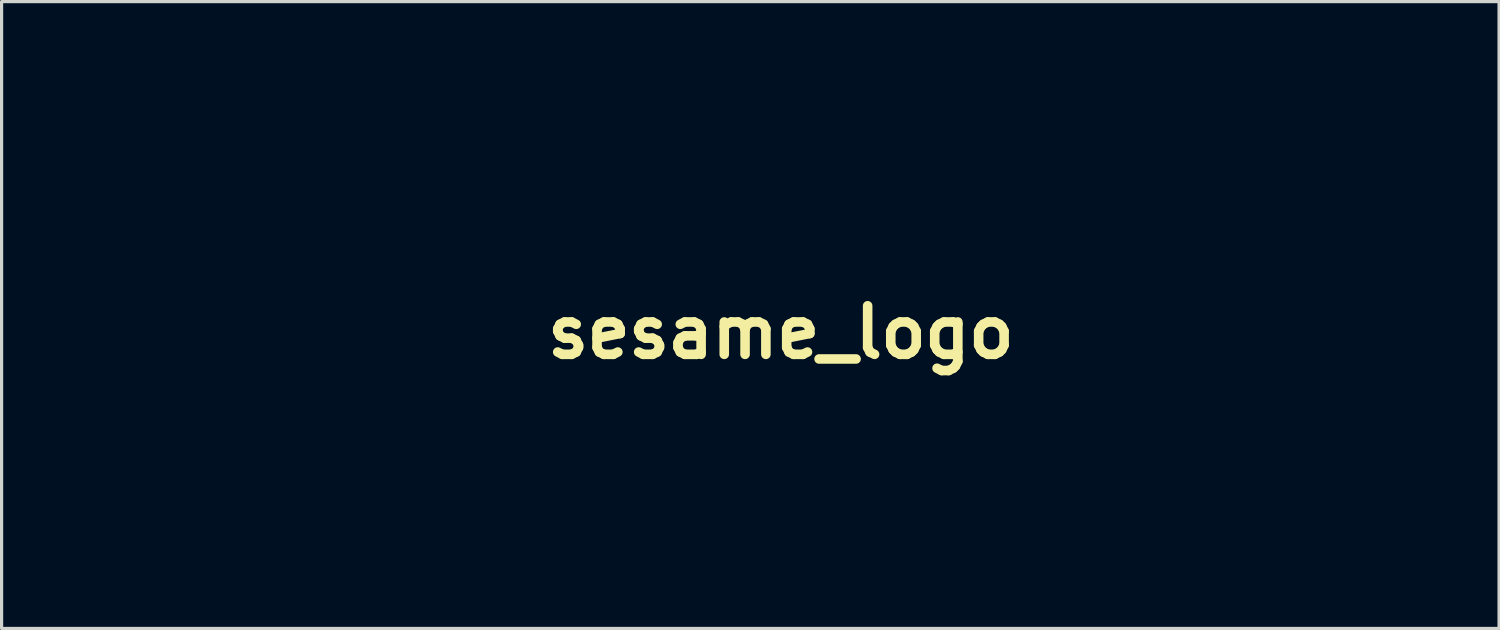
<source format=kicad_pcb>
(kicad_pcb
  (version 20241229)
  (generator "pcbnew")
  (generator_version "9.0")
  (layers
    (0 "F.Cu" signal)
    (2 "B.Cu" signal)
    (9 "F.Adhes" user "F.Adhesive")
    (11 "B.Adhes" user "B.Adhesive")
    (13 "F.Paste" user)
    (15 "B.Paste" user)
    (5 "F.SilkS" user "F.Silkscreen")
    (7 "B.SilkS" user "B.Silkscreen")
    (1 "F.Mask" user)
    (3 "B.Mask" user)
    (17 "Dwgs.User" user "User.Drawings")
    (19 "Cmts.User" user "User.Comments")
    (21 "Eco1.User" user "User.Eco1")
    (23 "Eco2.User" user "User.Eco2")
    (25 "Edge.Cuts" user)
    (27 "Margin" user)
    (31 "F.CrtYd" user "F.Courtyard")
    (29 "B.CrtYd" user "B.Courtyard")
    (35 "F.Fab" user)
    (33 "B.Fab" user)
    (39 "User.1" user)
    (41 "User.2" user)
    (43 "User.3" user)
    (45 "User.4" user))
  (footprint "sesame_logo"
    (layer "F.Cu")
    (at 21.453 7.379)
    (property "Reference" "sesame_logo" (at 0 0 0) (layer "F.SilkS") (effects (font (size 1.524 1.524) (thickness 0.3))))
    (attr through_hole)
    (fp_poly (pts (xy -11.31 -7.359) (xy -11.016 -7.313) (xy -10.747 -7.233) (xy -10.501 -7.121) (xy -10.276 -6.974) (xy -10.086 -6.808) (xy -9.894 -6.593) (xy -9.74 -6.367) (xy -9.624 -6.127) (xy -9.547 -5.894) (xy -9.49 -5.602) (xy -9.467 -5.302) (xy -9.478 -4.999) (xy -9.521 -4.698) (xy -9.593 -4.402) (xy -9.693 -4.115) (xy -9.819 -3.842) (xy -9.97 -3.586) (xy -10.144 -3.352) (xy -10.339 -3.144) (xy -10.553 -2.967) (xy -10.785 -2.823) (xy -10.848 -2.792) (xy -10.994 -2.73) (xy -11.138 -2.68) (xy -11.275 -2.644) (xy -11.397 -2.623) (xy -11.5 -2.617) (xy -11.576 -2.629) (xy -11.612 -2.649) (xy -11.634 -2.682) (xy -11.636 -2.722) (xy -11.616 -2.771) (xy -11.571 -2.834) (xy -11.498 -2.916) (xy -11.396 -3.021) (xy -11.38 -3.036) (xy -11.285 -3.131) (xy -11.21 -3.213) (xy -11.145 -3.291) (xy -11.083 -3.376) (xy -11.016 -3.479) (xy -10.95 -3.588) (xy -10.836 -3.781) (xy -10.745 -3.95) (xy -10.676 -4.103) (xy -10.625 -4.248) (xy -10.589 -4.394) (xy -10.565 -4.55) (xy -10.551 -4.724) (xy -10.547 -4.818) (xy -10.55 -5.13) (xy -10.582 -5.416) (xy -10.644 -5.684) (xy -10.739 -5.938) (xy -10.787 -6.041) (xy -10.868 -6.187) (xy -10.955 -6.313) (xy -11.059 -6.433) (xy -11.151 -6.524) (xy -11.307 -6.657) (xy -11.458 -6.754) (xy -11.613 -6.818) (xy -11.783 -6.855) (xy -11.977 -6.868) (xy -12.002 -6.868) (xy -12.156 -6.863) (xy -12.282 -6.848) (xy -12.394 -6.818) (xy -12.504 -6.77) (xy -12.627 -6.698) (xy -12.675 -6.668) (xy -12.914 -6.488) (xy -13.129 -6.274) (xy -13.319 -6.029) (xy -13.481 -5.753) (xy -13.615 -5.45) (xy -13.72 -5.12) (xy -13.76 -4.955) (xy -13.788 -4.785) (xy -13.807 -4.587) (xy -13.817 -4.375) (xy -13.818 -4.162) (xy -13.808 -3.961) (xy -13.792 -3.81) (xy -13.766 -3.653) (xy -13.737 -3.506) (xy -13.7 -3.36) (xy -13.653 -3.207) (xy -13.594 -3.038) (xy -13.521 -2.845) (xy -13.463 -2.699) (xy -13.317 -2.333) (xy -13.187 -2.001) (xy -13.073 -1.7) (xy -12.973 -1.425) (xy -12.885 -1.173) (xy -12.808 -0.939) (xy -12.741 -0.719) (xy -12.683 -0.51) (xy -12.632 -0.307) (xy -12.587 -0.107) (xy -12.576 -0.052) (xy -12.497 0.401) (xy -12.449 0.846) (xy -12.432 1.279) (xy -12.444 1.696) (xy -12.488 2.094) (xy -12.561 2.468) (xy -12.644 2.758) (xy -12.718 2.961) (xy -12.805 3.163) (xy -12.91 3.375) (xy -13.038 3.608) (xy -13.042 3.614) (xy -13.188 3.854) (xy -13.338 4.068) (xy -13.501 4.265) (xy -13.684 4.453) (xy -13.895 4.642) (xy -14.027 4.751) (xy -14.463 5.075) (xy -14.919 5.361) (xy -15.395 5.609) (xy -15.887 5.819) (xy -16.396 5.991) (xy -16.919 6.123) (xy -17.293 6.191) (xy -17.4 6.204) (xy -17.536 6.215) (xy -17.694 6.224) (xy -17.864 6.231) (xy -18.036 6.235) (xy -18.202 6.236) (xy -18.352 6.234) (xy -18.477 6.229) (xy -18.556 6.222) (xy -18.925 6.159) (xy -19.278 6.062) (xy -19.613 5.936) (xy -19.928 5.781) (xy -20.219 5.6) (xy -20.483 5.393) (xy -20.717 5.164) (xy -20.919 4.914) (xy -21.08 4.652) (xy -21.194 4.411) (xy -21.286 4.156) (xy -21.356 3.883) (xy -21.406 3.586) (xy -21.436 3.261) (xy -21.448 2.904) (xy -21.448 2.826) (xy -21.444 2.588) (xy -21.434 2.382) (xy -21.416 2.197) (xy -21.39 2.024) (xy -21.353 1.853) (xy -21.323 1.736) (xy -21.221 1.418) (xy -21.084 1.088) (xy -20.918 0.756) (xy -20.727 0.427) (xy -20.514 0.111) (xy -20.348 -0.106) (xy -20.19 -0.292) (xy -20.01 -0.486) (xy -19.817 -0.681) (xy -19.617 -0.868) (xy -19.418 -1.042) (xy -19.228 -1.195) (xy -19.054 -1.321) (xy -19.05 -1.324) (xy -18.775 -1.489) (xy -18.472 -1.641) (xy -18.153 -1.774) (xy -17.832 -1.882) (xy -17.562 -1.951) (xy -17.399 -1.978) (xy -17.213 -1.995) (xy -17.016 -2.002) (xy -16.821 -1.998) (xy -16.639 -1.985) (xy -16.482 -1.961) (xy -16.439 -1.952) (xy -16.208 -1.875) (xy -16.003 -1.767) (xy -15.824 -1.625) (xy -15.667 -1.449) (xy -15.531 -1.237) (xy -15.499 -1.175) (xy -15.407 -0.946) (xy -15.344 -0.692) (xy -15.312 -0.416) (xy -15.309 -0.121) (xy -15.336 0.187) (xy -15.393 0.506) (xy -15.479 0.831) (xy -15.526 0.974) (xy -15.597 1.164) (xy -15.667 1.323) (xy -15.742 1.459) (xy -15.828 1.583) (xy -15.931 1.704) (xy -16.022 1.799) (xy -16.149 1.921) (xy -16.261 2.019) (xy -16.356 2.093) (xy -16.43 2.138) (xy -16.481 2.155) (xy -16.488 2.154) (xy -16.507 2.14) (xy -16.517 2.103) (xy -16.52 2.033) (xy -16.52 2.01) (xy -16.518 1.947) (xy -16.51 1.891) (xy -16.493 1.831) (xy -16.463 1.756) (xy -16.418 1.657) (xy -16.408 1.637) (xy -16.342 1.487) (xy -16.298 1.362) (xy -16.275 1.256) (xy -16.258 1.158) (xy -16.233 1.046) (xy -16.208 0.953) (xy -16.178 0.812) (xy -16.162 0.646) (xy -16.158 0.467) (xy -16.166 0.289) (xy -16.188 0.127) (xy -16.21 0.032) (xy -16.284 -0.198) (xy -16.365 -0.395) (xy -16.458 -0.567) (xy -16.568 -0.722) (xy -16.699 -0.868) (xy -16.72 -0.889) (xy -16.904 -1.05) (xy -17.095 -1.17) (xy -17.299 -1.252) (xy -17.52 -1.299) (xy -17.742 -1.312) (xy -17.982 -1.298) (xy -18.205 -1.252) (xy -18.419 -1.173) (xy -18.634 -1.057) (xy -18.684 -1.026) (xy -18.885 -0.875) (xy -19.084 -0.687) (xy -19.278 -0.468) (xy -19.464 -0.222) (xy -19.64 0.046) (xy -19.801 0.33) (xy -19.944 0.625) (xy -20.067 0.926) (xy -20.166 1.227) (xy -20.236 1.516) (xy -20.262 1.68) (xy -20.281 1.873) (xy -20.293 2.081) (xy -20.297 2.291) (xy -20.292 2.489) (xy -20.28 2.662) (xy -20.279 2.668) (xy -20.218 3.059) (xy -20.128 3.432) (xy -20.01 3.785) (xy -19.866 4.112) (xy -19.696 4.411) (xy -19.503 4.68) (xy -19.387 4.812) (xy -19.168 5.026) (xy -18.941 5.203) (xy -18.699 5.348) (xy -18.436 5.465) (xy -18.145 5.556) (xy -17.997 5.592) (xy -17.841 5.617) (xy -17.656 5.633) (xy -17.456 5.64) (xy -17.253 5.637) (xy -17.059 5.624) (xy -16.889 5.602) (xy -16.88 5.601) (xy -16.538 5.525) (xy -16.225 5.425) (xy -15.94 5.3) (xy -15.677 5.146) (xy -15.433 4.961) (xy -15.203 4.741) (xy -14.983 4.485) (xy -14.77 4.189) (xy -14.766 4.182) (xy -14.571 3.873) (xy -14.409 3.579) (xy -14.279 3.296) (xy -14.178 3.015) (xy -14.105 2.73) (xy -14.056 2.435) (xy -14.031 2.123) (xy -14.025 1.873) (xy -14.035 1.565) (xy -14.063 1.265) (xy -14.113 0.968) (xy -14.184 0.667) (xy -14.279 0.358) (xy -14.4 0.033) (xy -14.547 -0.312) (xy -14.658 -0.55) (xy -14.779 -0.811) (xy -14.881 -1.047) (xy -14.968 -1.267) (xy -15.043 -1.483) (xy -15.11 -1.705) (xy -15.166 -1.916) (xy -15.226 -2.166) (xy -15.271 -2.392) (xy -15.303 -2.608) (xy -15.325 -2.828) (xy -15.338 -3.066) (xy -15.34 -3.146) (xy -15.338 -3.56) (xy -15.305 -3.949) (xy -15.24 -4.319) (xy -15.142 -4.677) (xy -15.009 -5.029) (xy -14.888 -5.291) (xy -14.707 -5.613) (xy -14.502 -5.904) (xy -14.268 -6.168) (xy -14.001 -6.412) (xy -13.949 -6.454) (xy -13.616 -6.703) (xy -13.288 -6.91) (xy -12.962 -7.078) (xy -12.637 -7.207) (xy -12.31 -7.299) (xy -11.978 -7.354) (xy -11.639 -7.374) (xy -11.631 -7.374) (xy -11.31 -7.359)) (stroke (width 0.01) (type solid)) (fill yes) (layer "F.Mask"))
    (fp_poly (pts (xy -6.966 -1.01) (xy -6.82 -0.999) (xy -6.699 -0.979) (xy -6.642 -0.963) (xy -6.51 -0.894) (xy -6.394 -0.787) (xy -6.295 -0.644) (xy -6.271 -0.598) (xy -6.234 -0.521) (xy -6.211 -0.461) (xy -6.198 -0.404) (xy -6.193 -0.336) (xy -6.192 -0.242) (xy -6.192 -0.223) (xy -6.208 -0.013) (xy -6.256 0.194) (xy -6.338 0.402) (xy -6.454 0.613) (xy -6.607 0.829) (xy -6.798 1.054) (xy -6.965 1.228) (xy -7.154 1.405) (xy -7.35 1.569) (xy -7.559 1.723) (xy -7.789 1.872) (xy -8.046 2.021) (xy -8.337 2.173) (xy -8.393 2.201) (xy -8.658 2.326) (xy -8.929 2.44) (xy -9.197 2.54) (xy -9.456 2.624) (xy -9.699 2.69) (xy -9.919 2.735) (xy -10.036 2.751) (xy -10.164 2.766) (xy -10.259 2.782) (xy -10.33 2.802) (xy -10.385 2.828) (xy -10.433 2.864) (xy -10.466 2.895) (xy -10.543 2.987) (xy -10.607 3.101) (xy -10.665 3.245) (xy -10.691 3.324) (xy -10.719 3.412) (xy -10.759 3.523) (xy -10.802 3.639) (xy -10.829 3.707) (xy -10.897 3.882) (xy -10.946 4.031) (xy -10.981 4.165) (xy -11.002 4.297) (xy -11.013 4.436) (xy -11.016 4.572) (xy -11.015 4.703) (xy -11.011 4.801) (xy -11.002 4.877) (xy -10.988 4.94) (xy -10.977 4.972) (xy -10.91 5.11) (xy -10.815 5.216) (xy -10.695 5.29) (xy -10.55 5.333) (xy -10.382 5.345) (xy -10.193 5.325) (xy -9.984 5.272) (xy -9.757 5.188) (xy -9.636 5.133) (xy -9.445 5.033) (xy -9.238 4.909) (xy -9.026 4.769) (xy -8.822 4.621) (xy -8.742 4.559) (xy -8.591 4.431) (xy -8.419 4.272) (xy -8.228 4.086) (xy -8.022 3.875) (xy -7.805 3.643) (xy -7.578 3.394) (xy -7.346 3.131) (xy -7.111 2.857) (xy -6.878 2.575) (xy -6.849 2.54) (xy -6.694 2.351) (xy -6.563 2.194) (xy -6.455 2.066) (xy -6.368 1.966) (xy -6.3 1.893) (xy -6.25 1.843) (xy -6.216 1.816) (xy -6.204 1.81) (xy -6.177 1.789) (xy -6.126 1.733) (xy -6.051 1.643) (xy -5.952 1.521) (xy -5.831 1.366) (xy -5.687 1.178) (xy -5.52 0.959) (xy -5.331 0.709) (xy -5.26 0.614) (xy -5.08 0.376) (xy -4.91 0.155) (xy -4.753 -0.047) (xy -4.609 -0.227) (xy -4.482 -0.381) (xy -4.374 -0.508) (xy -4.288 -0.603) (xy -4.266 -0.626) (xy -4.128 -0.743) (xy -3.974 -0.83) (xy -3.794 -0.891) (xy -3.759 -0.9) (xy -3.7 -0.911) (xy -3.63 -0.919) (xy -3.541 -0.924) (xy -3.427 -0.927) (xy -3.284 -0.928) (xy -3.117 -0.926) (xy -2.959 -0.925) (xy -2.837 -0.923) (xy -2.748 -0.92) (xy -2.686 -0.916) (xy -2.647 -0.911) (xy -2.624 -0.903) (xy -2.613 -0.893) (xy -2.608 -0.88) (xy -2.608 -0.877) (xy -2.614 -0.811) (xy -2.646 -0.717) (xy -2.702 -0.6) (xy -2.779 -0.464) (xy -2.837 -0.373) (xy -2.89 -0.288) (xy -2.936 -0.205) (xy -2.978 -0.119) (xy -3.017 -0.024) (xy -3.053 0.083) (xy -3.09 0.208) (xy -3.127 0.356) (xy -3.168 0.531) (xy -3.213 0.739) (xy -3.259 0.963) (xy -3.31 1.206) (xy -3.363 1.457) (xy -3.419 1.712) (xy -3.474 1.963) (xy -3.529 2.205) (xy -3.581 2.43) (xy -3.629 2.632) (xy -3.671 2.805) (xy -3.704 2.934) (xy -3.791 3.23) (xy -3.892 3.528) (xy -4.005 3.818) (xy -4.125 4.089) (xy -4.249 4.332) (xy -4.302 4.426) (xy -4.51 4.749) (xy -4.731 5.035) (xy -4.969 5.285) (xy -5.227 5.503) (xy -5.508 5.693) (xy -5.8 5.851) (xy -6.068 5.969) (xy -6.318 6.056) (xy -6.562 6.116) (xy -6.807 6.15) (xy -7.059 6.161) (xy -7.31 6.151) (xy -7.53 6.119) (xy -7.725 6.064) (xy -7.901 5.984) (xy -7.998 5.925) (xy -8.143 5.807) (xy -8.255 5.671) (xy -8.332 5.522) (xy -8.374 5.365) (xy -8.38 5.205) (xy -8.349 5.048) (xy -8.28 4.897) (xy -8.188 4.773) (xy -8.087 4.683) (xy -7.962 4.601) (xy -7.829 4.538) (xy -7.704 4.5) (xy -7.7 4.499) (xy -7.599 4.497) (xy -7.504 4.521) (xy -7.427 4.567) (xy -7.407 4.588) (xy -7.384 4.621) (xy -7.372 4.654) (xy -7.369 4.701) (xy -7.374 4.772) (xy -7.378 4.815) (xy -7.392 4.973) (xy -7.398 5.097) (xy -7.395 5.197) (xy -7.381 5.28) (xy -7.358 5.357) (xy -7.328 5.425) (xy -7.27 5.524) (xy -7.21 5.587) (xy -7.141 5.621) (xy -7.055 5.63) (xy -6.954 5.614) (xy -6.842 5.566) (xy -6.716 5.486) (xy -6.576 5.371) (xy -6.418 5.22) (xy -6.357 5.158) (xy -6.265 5.06) (xy -6.191 4.977) (xy -6.13 4.9) (xy -6.075 4.82) (xy -6.02 4.728) (xy -5.96 4.616) (xy -5.888 4.475) (xy -5.886 4.469) (xy -5.649 3.961) (xy -5.439 3.434) (xy -5.253 2.881) (xy -5.187 2.66) (xy -5.141 2.499) (xy -5.093 2.322) (xy -5.043 2.135) (xy -4.993 1.941) (xy -4.942 1.744) (xy -4.894 1.55) (xy -4.848 1.362) (xy -4.805 1.186) (xy -4.768 1.024) (xy -4.736 0.882) (xy -4.71 0.764) (xy -4.693 0.675) (xy -4.685 0.618) (xy -4.685 0.599) (xy -4.703 0.611) (xy -4.746 0.654) (xy -4.813 0.728) (xy -4.902 0.832) (xy -5.013 0.964) (xy -5.144 1.122) (xy -5.294 1.307) (xy -5.463 1.515) (xy -5.504 1.566) (xy -5.831 1.97) (xy -6.156 2.367) (xy -6.473 2.753) (xy -6.781 3.122) (xy -7.074 3.471) (xy -7.349 3.794) (xy -7.554 4.032) (xy -7.625 4.111) (xy -7.719 4.213) (xy -7.833 4.333) (xy -7.959 4.465) (xy -8.094 4.602) (xy -8.229 4.74) (xy -8.296 4.807) (xy -8.542 5.051) (xy -8.764 5.265) (xy -8.963 5.45) (xy -9.14 5.607) (xy -9.298 5.739) (xy -9.44 5.846) (xy -9.567 5.93) (xy -9.682 5.994) (xy -9.786 6.038) (xy -9.882 6.065) (xy -9.972 6.075) (xy -9.987 6.075) (xy -10.062 6.067) (xy -10.115 6.045) (xy -10.119 6.042) (xy -10.142 6.025) (xy -10.17 6.02) (xy -10.215 6.027) (xy -10.286 6.047) (xy -10.301 6.051) (xy -10.499 6.102) (xy -10.708 6.141) (xy -10.917 6.166) (xy -11.115 6.176) (xy -11.291 6.171) (xy -11.378 6.161) (xy -11.627 6.102) (xy -11.851 6.01) (xy -12.048 5.885) (xy -12.217 5.729) (xy -12.357 5.542) (xy -12.468 5.326) (xy -12.535 5.128) (xy -12.562 4.993) (xy -12.578 4.827) (xy -12.584 4.641) (xy -12.58 4.448) (xy -12.565 4.257) (xy -12.54 4.079) (xy -12.534 4.045) (xy -12.477 3.797) (xy -12.403 3.55) (xy -12.309 3.295) (xy -12.193 3.024) (xy -12.064 2.755) (xy -11.874 2.395) (xy -10.229 2.395) (xy -10.126 2.38) (xy -10.052 2.367) (xy -9.957 2.347) (xy -9.865 2.325) (xy -9.726 2.283) (xy -9.581 2.222) (xy -9.427 2.141) (xy -9.26 2.038) (xy -9.076 1.91) (xy -8.872 1.756) (xy -8.645 1.572) (xy -8.562 1.503) (xy -8.339 1.31) (xy -8.149 1.131) (xy -7.986 0.961) (xy -7.846 0.792) (xy -7.723 0.62) (xy -7.614 0.439) (xy -7.521 0.262) (xy -7.44 0.086) (xy -7.385 -0.063) (xy -7.354 -0.189) (xy -7.346 -0.297) (xy -7.36 -0.393) (xy -7.368 -0.421) (xy -7.411 -0.489) (xy -7.477 -0.524) (xy -7.568 -0.524) (xy -7.683 -0.491) (xy -7.822 -0.423) (xy -7.983 -0.322) (xy -8.022 -0.295) (xy -8.157 -0.19) (xy -8.311 -0.055) (xy -8.478 0.104) (xy -8.655 0.284) (xy -8.835 0.478) (xy -9.015 0.682) (xy -9.189 0.89) (xy -9.353 1.097) (xy -9.497 1.291) (xy -9.548 1.364) (xy -9.615 1.462) (xy -9.694 1.578) (xy -9.779 1.705) (xy -9.867 1.836) (xy -9.953 1.966) (xy -10.033 2.086) (xy -10.101 2.19) (xy -10.153 2.271) (xy -10.18 2.314) (xy -10.229 2.395) (xy -11.874 2.395) (xy -11.833 2.318) (xy -11.593 1.918) (xy -11.342 1.552) (xy -11.075 1.213) (xy -10.788 0.897) (xy -10.48 0.601) (xy -10.458 0.581) (xy -10.271 0.418) (xy -10.094 0.272) (xy -9.916 0.136) (xy -9.729 0.003) (xy -9.525 -0.132) (xy -9.294 -0.277) (xy -9.22 -0.322) (xy -8.865 -0.521) (xy -8.513 -0.684) (xy -8.155 -0.815) (xy -7.78 -0.917) (xy -7.432 -0.985) (xy -7.283 -1.003) (xy -7.123 -1.012) (xy -6.966 -1.01)) (stroke (width 0.01) (type solid)) (fill yes) (layer "F.Mask"))
    (fp_poly (pts (xy 12.89 -1.092) (xy 13.086 -1.045) (xy 13.261 -0.968) (xy 13.411 -0.861) (xy 13.473 -0.799) (xy 13.592 -0.636) (xy 13.675 -0.449) (xy 13.723 -0.239) (xy 13.736 -0.006) (xy 13.714 0.251) (xy 13.705 0.309) (xy 13.693 0.371) (xy 13.678 0.431) (xy 13.657 0.495) (xy 13.629 0.568) (xy 13.59 0.657) (xy 13.538 0.768) (xy 13.471 0.907) (xy 13.423 1.005) (xy 13.346 1.16) (xy 13.277 1.299) (xy 13.211 1.427) (xy 13.148 1.549) (xy 13.083 1.668) (xy 13.015 1.79) (xy 12.941 1.917) (xy 12.859 2.055) (xy 12.767 2.208) (xy 12.661 2.38) (xy 12.539 2.576) (xy 12.399 2.799) (xy 12.263 3.016) (xy 12.073 3.322) (xy 11.9 3.612) (xy 11.733 3.903) (xy 11.563 4.209) (xy 11.46 4.4) (xy 11.253 4.79) (xy 11.251 4.947) (xy 11.252 5.029) (xy 11.257 5.081) (xy 11.271 5.116) (xy 11.297 5.145) (xy 11.312 5.158) (xy 11.349 5.186) (xy 11.384 5.201) (xy 11.433 5.206) (xy 11.508 5.203) (xy 11.529 5.202) (xy 11.631 5.191) (xy 11.72 5.167) (xy 11.817 5.126) (xy 11.838 5.116) (xy 11.938 5.057) (xy 12.061 4.968) (xy 12.205 4.854) (xy 12.364 4.716) (xy 12.535 4.559) (xy 12.715 4.385) (xy 12.811 4.289) (xy 12.917 4.18) (xy 12.996 4.096) (xy 13.053 4.03) (xy 13.09 3.98) (xy 13.113 3.939) (xy 13.124 3.907) (xy 13.207 3.622) (xy 13.318 3.316) (xy 13.453 2.997) (xy 13.608 2.672) (xy 13.755 2.395) (xy 15.404 2.395) (xy 15.507 2.38) (xy 15.581 2.367) (xy 15.676 2.347) (xy 15.768 2.325) (xy 15.907 2.283) (xy 16.052 2.222) (xy 16.206 2.141) (xy 16.373 2.038) (xy 16.557 1.91) (xy 16.761 1.756) (xy 16.988 1.572) (xy 17.071 1.503) (xy 17.294 1.31) (xy 17.484 1.131) (xy 17.647 0.961) (xy 17.787 0.792) (xy 17.909 0.62) (xy 18.019 0.439) (xy 18.111 0.262) (xy 18.192 0.086) (xy 18.248 -0.063) (xy 18.279 -0.189) (xy 18.287 -0.297) (xy 18.273 -0.393) (xy 18.265 -0.421) (xy 18.222 -0.489) (xy 18.155 -0.524) (xy 18.064 -0.524) (xy 17.95 -0.491) (xy 17.811 -0.423) (xy 17.65 -0.322) (xy 17.611 -0.295) (xy 17.476 -0.19) (xy 17.322 -0.055) (xy 17.155 0.104) (xy 16.978 0.284) (xy 16.798 0.478) (xy 16.618 0.682) (xy 16.444 0.89) (xy 16.28 1.097) (xy 16.136 1.291) (xy 16.085 1.364) (xy 16.018 1.462) (xy 15.939 1.578) (xy 15.853 1.705) (xy 15.765 1.836) (xy 15.679 1.966) (xy 15.6 2.086) (xy 15.532 2.19) (xy 15.48 2.271) (xy 15.453 2.314) (xy 15.404 2.395) (xy 13.755 2.395) (xy 13.78 2.348) (xy 13.965 2.034) (xy 14.16 1.735) (xy 14.315 1.52) (xy 14.58 1.188) (xy 14.861 0.879) (xy 15.164 0.588) (xy 15.492 0.311) (xy 15.851 0.044) (xy 16.246 -0.219) (xy 16.413 -0.322) (xy 16.768 -0.521) (xy 17.119 -0.684) (xy 17.478 -0.815) (xy 17.853 -0.917) (xy 18.201 -0.985) (xy 18.35 -1.003) (xy 18.509 -1.012) (xy 18.667 -1.01) (xy 18.813 -0.999) (xy 18.934 -0.979) (xy 18.991 -0.963) (xy 19.122 -0.894) (xy 19.239 -0.787) (xy 19.338 -0.644) (xy 19.362 -0.598) (xy 19.398 -0.521) (xy 19.422 -0.461) (xy 19.435 -0.404) (xy 19.44 -0.336) (xy 19.441 -0.242) (xy 19.441 -0.223) (xy 19.425 -0.013) (xy 19.377 0.194) (xy 19.295 0.402) (xy 19.178 0.613) (xy 19.025 0.829) (xy 18.834 1.054) (xy 18.667 1.228) (xy 18.479 1.405) (xy 18.283 1.569) (xy 18.074 1.723) (xy 17.844 1.872) (xy 17.586 2.021) (xy 17.296 2.173) (xy 17.24 2.201) (xy 16.975 2.326) (xy 16.704 2.44) (xy 16.436 2.54) (xy 16.176 2.624) (xy 15.934 2.69) (xy 15.714 2.735) (xy 15.597 2.751) (xy 15.469 2.766) (xy 15.373 2.782) (xy 15.303 2.802) (xy 15.248 2.828) (xy 15.2 2.864) (xy 15.167 2.895) (xy 15.09 2.987) (xy 15.025 3.101) (xy 14.968 3.245) (xy 14.942 3.324) (xy 14.913 3.412) (xy 14.874 3.523) (xy 14.83 3.639) (xy 14.804 3.707) (xy 14.736 3.882) (xy 14.686 4.031) (xy 14.652 4.165) (xy 14.63 4.297) (xy 14.619 4.436) (xy 14.616 4.572) (xy 14.62 4.736) (xy 14.632 4.867) (xy 14.655 4.972) (xy 14.692 5.06) (xy 14.744 5.138) (xy 14.779 5.178) (xy 14.873 5.258) (xy 14.984 5.31) (xy 15.12 5.337) (xy 15.251 5.342) (xy 15.445 5.323) (xy 15.66 5.269) (xy 15.89 5.182) (xy 16.135 5.064) (xy 16.389 4.915) (xy 16.473 4.861) (xy 16.619 4.761) (xy 16.752 4.665) (xy 16.879 4.566) (xy 17.006 4.458) (xy 17.141 4.336) (xy 17.29 4.194) (xy 17.461 4.025) (xy 17.464 4.023) (xy 17.649 3.834) (xy 17.83 3.645) (xy 18.011 3.447) (xy 18.197 3.238) (xy 18.394 3.01) (xy 18.605 2.758) (xy 18.828 2.487) (xy 18.975 2.308) (xy 19.098 2.159) (xy 19.2 2.04) (xy 19.283 1.947) (xy 19.349 1.879) (xy 19.4 1.834) (xy 19.44 1.809) (xy 19.469 1.803) (xy 19.491 1.812) (xy 19.508 1.836) (xy 19.517 1.856) (xy 19.529 1.943) (xy 19.507 2.057) (xy 19.453 2.197) (xy 19.365 2.363) (xy 19.244 2.555) (xy 19.09 2.774) (xy 19.02 2.868) (xy 18.844 3.091) (xy 18.64 3.331) (xy 18.414 3.583) (xy 18.171 3.843) (xy 17.914 4.105) (xy 17.65 4.366) (xy 17.381 4.621) (xy 17.114 4.866) (xy 16.853 5.095) (xy 16.603 5.304) (xy 16.368 5.489) (xy 16.153 5.646) (xy 16.13 5.661) (xy 15.824 5.845) (xy 15.501 5.991) (xy 15.158 6.099) (xy 15.028 6.13) (xy 14.877 6.154) (xy 14.705 6.167) (xy 14.525 6.171) (xy 14.35 6.164) (xy 14.192 6.147) (xy 14.066 6.121) (xy 13.833 6.035) (xy 13.629 5.919) (xy 13.456 5.775) (xy 13.313 5.6) (xy 13.236 5.472) (xy 13.168 5.328) (xy 13.118 5.191) (xy 13.082 5.045) (xy 13.055 4.874) (xy 13.053 4.86) (xy 13.028 4.661) (xy 12.806 4.905) (xy 12.617 5.103) (xy 12.425 5.288) (xy 12.237 5.452) (xy 12.061 5.59) (xy 11.982 5.645) (xy 11.72 5.804) (xy 11.459 5.933) (xy 11.202 6.031) (xy 10.953 6.097) (xy 10.713 6.132) (xy 10.488 6.133) (xy 10.28 6.102) (xy 10.092 6.036) (xy 10.085 6.032) (xy 9.967 5.955) (xy 9.856 5.845) (xy 9.758 5.712) (xy 9.681 5.565) (xy 9.633 5.419) (xy 9.613 5.264) (xy 9.618 5.081) (xy 9.647 4.875) (xy 9.698 4.654) (xy 9.747 4.494) (xy 9.784 4.389) (xy 9.827 4.28) (xy 9.876 4.165) (xy 9.933 4.04) (xy 10 3.905) (xy 10.077 3.754) (xy 10.168 3.587) (xy 10.272 3.4) (xy 10.391 3.191) (xy 10.528 2.957) (xy 10.682 2.696) (xy 10.856 2.404) (xy 11.051 2.08) (xy 11.074 2.043) (xy 11.172 1.88) (xy 11.272 1.714) (xy 11.369 1.553) (xy 11.459 1.403) (xy 11.538 1.271) (xy 11.601 1.166) (xy 11.62 1.133) (xy 11.753 0.904) (xy 11.859 0.702) (xy 11.94 0.523) (xy 11.999 0.363) (xy 12.038 0.216) (xy 12.058 0.079) (xy 12.059 0.064) (xy 12.063 -0.022) (xy 12.06 -0.077) (xy 12.048 -0.116) (xy 12.025 -0.151) (xy 12.025 -0.152) (xy 11.952 -0.212) (xy 11.855 -0.244) (xy 11.745 -0.246) (xy 11.738 -0.245) (xy 11.642 -0.219) (xy 11.524 -0.171) (xy 11.395 -0.104) (xy 11.266 -0.025) (xy 11.176 0.037) (xy 11.078 0.117) (xy 10.961 0.222) (xy 10.831 0.346) (xy 10.695 0.482) (xy 10.559 0.624) (xy 10.431 0.764) (xy 10.318 0.895) (xy 10.279 0.942) (xy 10.196 1.051) (xy 10.094 1.189) (xy 9.98 1.351) (xy 9.857 1.531) (xy 9.73 1.72) (xy 9.603 1.914) (xy 9.48 2.106) (xy 9.366 2.289) (xy 9.355 2.307) (xy 9.319 2.367) (xy 9.262 2.459) (xy 9.186 2.582) (xy 9.093 2.731) (xy 8.986 2.904) (xy 8.865 3.098) (xy 8.734 3.309) (xy 8.593 3.536) (xy 8.444 3.774) (xy 8.291 4.021) (xy 8.133 4.274) (xy 8.102 4.323) (xy 7.023 6.054) (xy 5.502 6.054) (xy 5.527 6.006) (xy 5.544 5.976) (xy 5.578 5.914) (xy 5.628 5.826) (xy 5.69 5.715) (xy 5.762 5.588) (xy 5.84 5.45) (xy 5.864 5.408) (xy 5.953 5.25) (xy 6.061 5.059) (xy 6.184 4.839) (xy 6.321 4.595) (xy 6.47 4.33) (xy 6.627 4.05) (xy 6.791 3.757) (xy 6.959 3.456) (xy 7.128 3.152) (xy 7.298 2.848) (xy 7.465 2.549) (xy 7.626 2.259) (xy 7.652 2.212) (xy 7.786 1.972) (xy 7.913 1.746) (xy 8.038 1.525) (xy 8.166 1.301) (xy 8.302 1.064) (xy 8.45 0.807) (xy 8.587 0.572) (xy 8.638 0.476) (xy 8.686 0.372) (xy 8.722 0.28) (xy 8.725 0.271) (xy 8.749 0.191) (xy 8.759 0.136) (xy 8.756 0.088) (xy 8.743 0.039) (xy 8.71 -0.033) (xy 8.661 -0.105) (xy 8.644 -0.124) (xy 8.601 -0.164) (xy 8.566 -0.184) (xy 8.521 -0.19) (xy 8.453 -0.185) (xy 8.443 -0.185) (xy 8.335 -0.165) (xy 8.22 -0.125) (xy 8.094 -0.062) (xy 7.954 0.027) (xy 7.797 0.143) (xy 7.618 0.288) (xy 7.49 0.398) (xy 7.225 0.647) (xy 6.953 0.938) (xy 6.672 1.27) (xy 6.385 1.643) (xy 6.089 2.058) (xy 5.786 2.514) (xy 5.662 2.709) (xy 5.608 2.796) (xy 5.535 2.915) (xy 5.446 3.062) (xy 5.343 3.233) (xy 5.228 3.424) (xy 5.104 3.631) (xy 4.973 3.849) (xy 4.839 4.074) (xy 4.702 4.303) (xy 4.567 4.53) (xy 4.435 4.752) (xy 4.309 4.965) (xy 4.191 5.165) (xy 4.084 5.347) (xy 3.99 5.506) (xy 3.915 5.636) (xy 3.673 6.054) (xy 1.985 6.054) (xy 2.016 6.006) (xy 2.049 5.952) (xy 2.101 5.868) (xy 2.168 5.759) (xy 2.245 5.631) (xy 2.33 5.49) (xy 2.418 5.342) (xy 2.507 5.194) (xy 2.592 5.05) (xy 2.643 4.964) (xy 2.718 4.835) (xy 2.773 4.741) (xy 2.808 4.677) (xy 2.826 4.641) (xy 2.827 4.63) (xy 2.813 4.641) (xy 2.784 4.672) (xy 2.78 4.678) (xy 2.683 4.786) (xy 2.566 4.91) (xy 2.438 5.041) (xy 2.306 5.173) (xy 2.177 5.296) (xy 2.059 5.404) (xy 1.961 5.49) (xy 1.947 5.501) (xy 1.686 5.695) (xy 1.427 5.853) (xy 1.161 5.979) (xy 0.878 6.079) (xy 0.842 6.089) (xy 0.733 6.118) (xy 0.643 6.133) (xy 0.554 6.137) (xy 0.48 6.134) (xy 0.343 6.118) (xy 0.234 6.085) (xy 0.139 6.026) (xy 0.046 5.937) (xy 0.036 5.927) (xy -0.046 5.818) (xy -0.11 5.691) (xy -0.157 5.543) (xy -0.189 5.368) (xy -0.205 5.163) (xy -0.207 4.922) (xy -0.205 4.84) (xy -0.193 4.462) (xy -0.631 4.893) (xy -0.937 5.186) (xy -1.224 5.443) (xy -1.493 5.665) (xy -1.745 5.851) (xy -1.982 6.004) (xy -2.205 6.123) (xy -2.414 6.209) (xy -2.612 6.263) (xy -2.8 6.286) (xy -2.979 6.279) (xy -3.111 6.253) (xy -3.275 6.188) (xy -3.422 6.087) (xy -3.554 5.948) (xy -3.67 5.771) (xy -3.771 5.556) (xy -3.845 5.345) (xy -3.866 5.274) (xy -3.881 5.213) (xy -3.891 5.152) (xy -3.898 5.082) (xy -3.902 4.996) (xy -3.903 4.884) (xy -3.903 4.824) (xy -2.461 4.824) (xy -2.435 4.975) (xy -2.41 5.039) (xy -2.347 5.148) (xy -2.271 5.24) (xy -2.189 5.306) (xy -2.132 5.333) (xy -2.032 5.348) (xy -1.91 5.344) (xy -1.778 5.321) (xy -1.65 5.282) (xy -1.633 5.275) (xy -1.456 5.187) (xy -1.277 5.069) (xy -1.091 4.919) (xy -0.956 4.795) (xy -0.662 4.494) (xy -0.371 4.16) (xy -0.089 3.801) (xy 0.177 3.427) (xy 0.419 3.048) (xy 0.53 2.857) (xy 0.581 2.771) (xy 0.648 2.66) (xy 0.726 2.536) (xy 0.807 2.409) (xy 0.862 2.323) (xy 1.078 1.983) (xy 1.269 1.659) (xy 1.434 1.354) (xy 1.574 1.068) (xy 1.688 0.802) (xy 1.776 0.557) (xy 1.837 0.336) (xy 1.871 0.139) (xy 1.878 -0.033) (xy 1.856 -0.179) (xy 1.807 -0.297) (xy 1.729 -0.385) (xy 1.683 -0.417) (xy 1.553 -0.469) (xy 1.419 -0.48) (xy 1.293 -0.456) (xy 1.134 -0.395) (xy 0.969 -0.311) (xy 0.797 -0.2) (xy 0.615 -0.061) (xy 0.421 0.107) (xy 0.212 0.307) (xy -0.015 0.541) (xy -0.166 0.706) (xy -0.319 0.883) (xy -0.484 1.09) (xy -0.66 1.323) (xy -0.843 1.576) (xy -1.03 1.845) (xy -1.216 2.124) (xy -1.4 2.408) (xy -1.577 2.691) (xy -1.744 2.969) (xy -1.898 3.237) (xy -2.036 3.488) (xy -2.153 3.719) (xy -2.248 3.923) (xy -2.264 3.962) (xy -2.359 4.213) (xy -2.423 4.441) (xy -2.457 4.645) (xy -2.461 4.824) (xy -3.903 4.824) (xy -3.904 4.763) (xy -3.903 4.609) (xy -3.9 4.488) (xy -3.894 4.39) (xy -3.884 4.304) (xy -3.87 4.222) (xy -3.858 4.165) (xy -3.781 3.876) (xy -3.679 3.581) (xy -3.549 3.276) (xy -3.389 2.957) (xy -3.197 2.618) (xy -3.148 2.535) (xy -2.905 2.152) (xy -2.661 1.803) (xy -2.409 1.479) (xy -2.142 1.171) (xy -2.029 1.049) (xy -1.763 0.782) (xy -1.484 0.529) (xy -1.196 0.29) (xy -0.902 0.068) (xy -0.605 -0.134) (xy -0.308 -0.317) (xy -0.015 -0.477) (xy 0.271 -0.613) (xy 0.548 -0.724) (xy 0.811 -0.807) (xy 1.059 -0.861) (xy 1.286 -0.884) (xy 1.448 -0.879) (xy 1.665 -0.842) (xy 1.852 -0.774) (xy 2.012 -0.676) (xy 2.145 -0.545) (xy 2.253 -0.382) (xy 2.265 -0.359) (xy 2.332 -0.227) (xy 2.449 -0.426) (xy 2.505 -0.523) (xy 2.561 -0.622) (xy 2.607 -0.708) (xy 2.627 -0.746) (xy 2.689 -0.868) (xy 3.493 -0.868) (xy 3.673 -0.868) (xy 3.838 -0.867) (xy 3.986 -0.866) (xy 4.11 -0.865) (xy 4.206 -0.864) (xy 4.269 -0.862) (xy 4.296 -0.86) (xy 4.297 -0.86) (xy 4.287 -0.84) (xy 4.259 -0.788) (xy 4.215 -0.708) (xy 4.157 -0.605) (xy 4.089 -0.482) (xy 4.012 -0.345) (xy 3.972 -0.272) (xy 3.886 -0.119) (xy 3.784 0.064) (xy 3.672 0.266) (xy 3.553 0.481) (xy 3.433 0.699) (xy 3.316 0.911) (xy 3.207 1.111) (xy 3.207 1.111) (xy 3.033 1.429) (xy 2.875 1.713) (xy 2.732 1.971) (xy 2.599 2.207) (xy 2.473 2.427) (xy 2.352 2.634) (xy 2.233 2.836) (xy 2.112 3.036) (xy 1.987 3.241) (xy 1.855 3.454) (xy 1.778 3.577) (xy 1.603 3.87) (xy 1.461 4.14) (xy 1.352 4.387) (xy 1.274 4.614) (xy 1.228 4.821) (xy 1.212 4.974) (xy 1.211 5.095) (xy 1.22 5.181) (xy 1.241 5.241) (xy 1.277 5.283) (xy 1.322 5.31) (xy 1.406 5.327) (xy 1.511 5.308) (xy 1.637 5.253) (xy 1.753 5.183) (xy 1.913 5.071) (xy 2.065 4.951) (xy 2.212 4.821) (xy 2.358 4.675) (xy 2.481 4.54) (xy 2.879 4.54) (xy 2.889 4.551) (xy 2.9 4.54) (xy 2.889 4.53) (xy 2.879 4.54) (xy 2.481 4.54) (xy 2.507 4.512) (xy 2.662 4.326) (xy 2.826 4.113) (xy 3.003 3.871) (xy 3.196 3.596) (xy 3.201 3.588) (xy 3.349 3.372) (xy 3.478 3.188) (xy 3.589 3.029) (xy 3.687 2.894) (xy 3.773 2.776) (xy 3.852 2.671) (xy 3.926 2.576) (xy 3.984 2.505) (xy 4.022 2.456) (xy 4.063 2.4) (xy 4.108 2.331) (xy 4.161 2.247) (xy 4.222 2.146) (xy 4.293 2.023) (xy 4.377 1.876) (xy 4.475 1.702) (xy 4.589 1.498) (xy 4.721 1.259) (xy 4.747 1.212) (xy 5.356 0.109) (xy 5.439 -0.209) (xy 5.487 -0.38) (xy 5.531 -0.516) (xy 5.574 -0.622) (xy 5.619 -0.704) (xy 5.668 -0.768) (xy 5.693 -0.794) (xy 5.76 -0.857) (xy 6.509 -0.863) (xy 7.258 -0.869) (xy 7.284 -0.779) (xy 7.297 -0.715) (xy 7.306 -0.625) (xy 7.31 -0.526) (xy 7.31 -0.497) (xy 7.305 -0.383) (xy 7.287 -0.267) (xy 7.254 -0.141) (xy 7.204 0.006) (xy 7.163 0.115) (xy 7.171 0.12) (xy 7.211 0.096) (xy 7.281 0.044) (xy 7.383 -0.036) (xy 7.516 -0.143) (xy 7.679 -0.279) (xy 7.811 -0.39) (xy 7.975 -0.525) (xy 8.119 -0.634) (xy 8.25 -0.723) (xy 8.375 -0.796) (xy 8.502 -0.858) (xy 8.532 -0.871) (xy 8.779 -0.962) (xy 9.02 -1.018) (xy 9.249 -1.04) (xy 9.463 -1.027) (xy 9.661 -0.98) (xy 9.827 -0.904) (xy 9.923 -0.833) (xy 10.02 -0.739) (xy 10.106 -0.635) (xy 10.166 -0.535) (xy 10.185 -0.49) (xy 10.198 -0.445) (xy 10.206 -0.389) (xy 10.211 -0.316) (xy 10.213 -0.215) (xy 10.213 -0.127) (xy 10.214 0.019) (xy 10.219 0.127) (xy 10.227 0.202) (xy 10.241 0.248) (xy 10.259 0.271) (xy 10.276 0.275) (xy 10.318 0.259) (xy 10.385 0.21) (xy 10.476 0.131) (xy 10.591 0.022) (xy 10.727 -0.117) (xy 10.785 -0.178) (xy 10.975 -0.368) (xy 11.159 -0.527) (xy 11.349 -0.664) (xy 11.557 -0.787) (xy 11.716 -0.869) (xy 11.965 -0.975) (xy 12.21 -1.05) (xy 12.448 -1.094) (xy 12.676 -1.108) (xy 12.89 -1.092)) (stroke (width 0.01) (type solid)) (fill yes) (layer "F.Mask")))
  (gr_rect
    (start -3 -3)
    (end 43.987 16.67)
    (stroke (width 0.1) (type default))
    (fill no)
    (layer "Edge.Cuts")))
</source>
